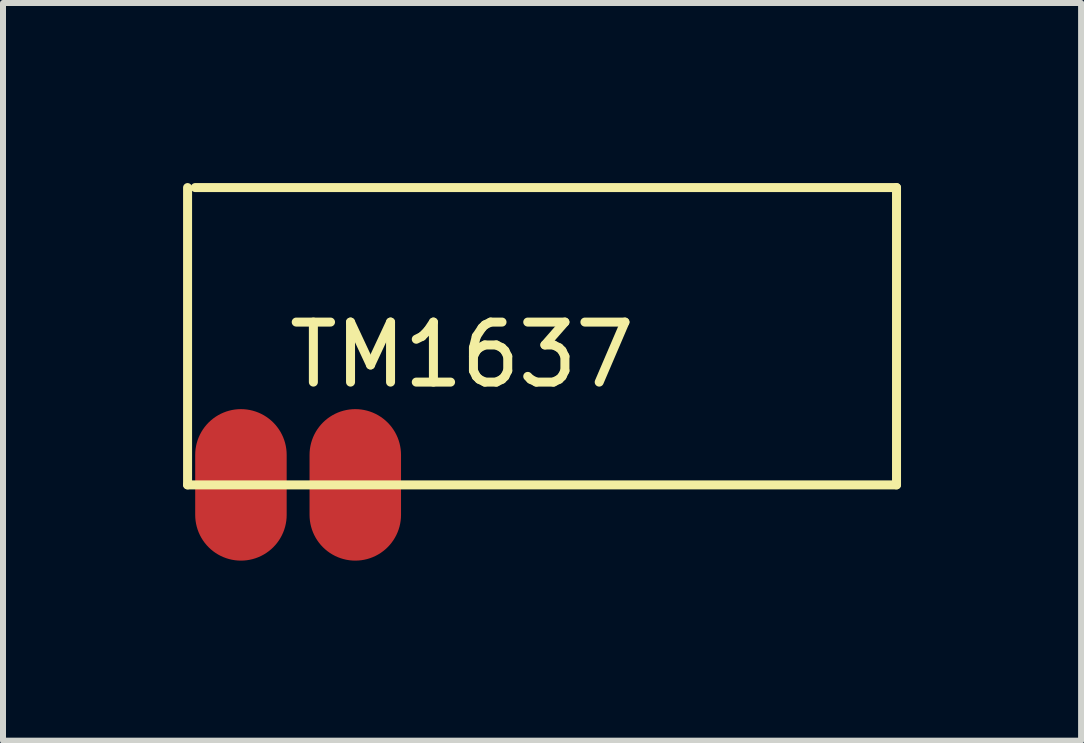
<source format=kicad_pcb>
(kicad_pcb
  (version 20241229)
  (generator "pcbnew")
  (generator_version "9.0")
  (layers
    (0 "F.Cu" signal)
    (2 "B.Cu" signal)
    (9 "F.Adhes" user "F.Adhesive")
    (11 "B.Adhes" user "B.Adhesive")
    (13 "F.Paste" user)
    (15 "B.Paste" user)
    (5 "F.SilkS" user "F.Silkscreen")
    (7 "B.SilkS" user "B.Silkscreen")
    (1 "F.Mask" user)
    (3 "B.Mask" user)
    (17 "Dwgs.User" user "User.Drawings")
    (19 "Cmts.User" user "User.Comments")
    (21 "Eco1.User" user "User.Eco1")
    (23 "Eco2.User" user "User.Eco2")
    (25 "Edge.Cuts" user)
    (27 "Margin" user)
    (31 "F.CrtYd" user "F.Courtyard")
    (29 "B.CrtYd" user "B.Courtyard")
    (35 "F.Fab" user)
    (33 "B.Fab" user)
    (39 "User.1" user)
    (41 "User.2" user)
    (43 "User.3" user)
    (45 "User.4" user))
  (footprint "TM1637"
    (layer "F.Cu")
    (at 4.647 2.361)
    (property "Reference" "TM1637" (at 0 0.5 0) (layer "F.SilkS") (effects (font (size 1 1) (thickness 0.15))))
    (attr through_hole)
    (fp_line (start -4.572 2.667) (end -4.572 -2.286) (stroke (width 0.15) (type solid)) (layer "F.SilkS"))
    (fp_line (start -4.445 -2.286) (end 7.239 -2.286) (stroke (width 0.15) (type solid)) (layer "F.SilkS"))
    (fp_line (start 7.239 -2.286) (end 7.239 2.667) (stroke (width 0.15) (type solid)) (layer "F.SilkS"))
    (fp_line (start 7.239 2.667) (end -4.572 2.667) (stroke (width 0.15) (type solid)) (layer "F.SilkS"))
    (pad "1" connect oval (at -3.683 2.667) (size 1.524 2.524) (layers "F.Cu" "F.Mask"))
    (pad "2" connect oval (at -1.778 2.667) (size 1.524 2.524) (layers "F.Cu" "F.Mask")))
  (gr_rect
    (start -3 -3)
    (end 14.961 9.29)
    (stroke (width 0.1) (type default))
    (fill no)
    (layer "Edge.Cuts")))
</source>
